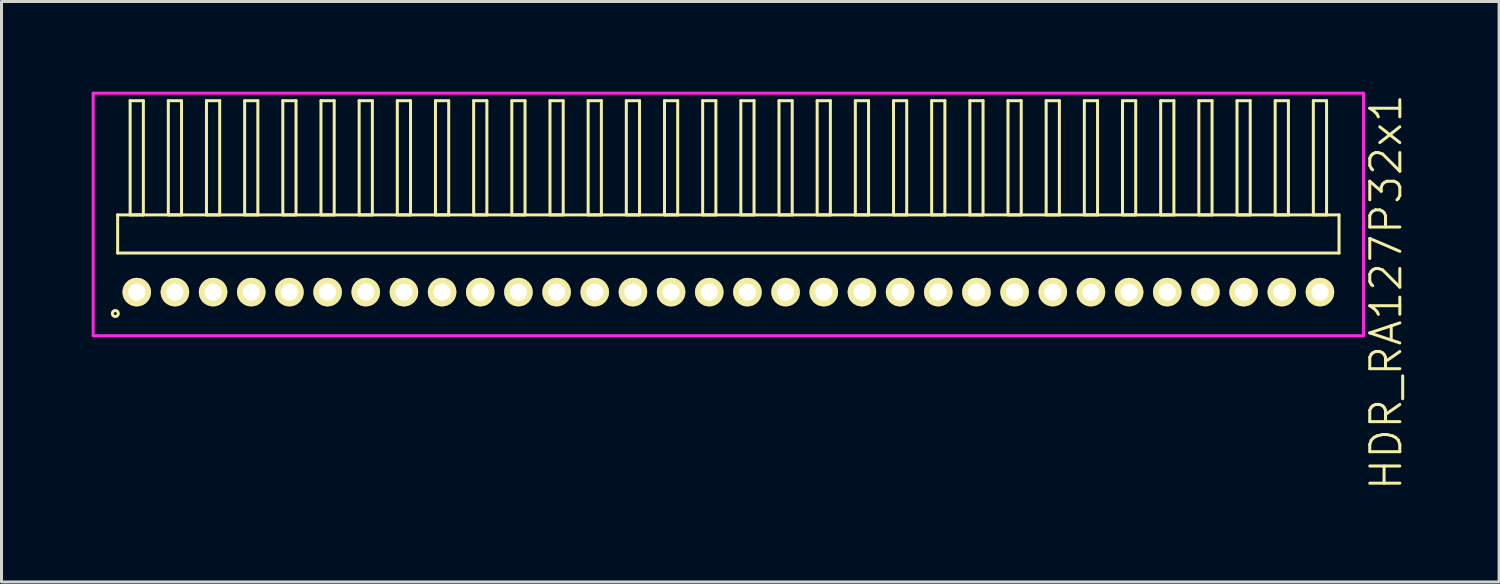
<source format=kicad_pcb>
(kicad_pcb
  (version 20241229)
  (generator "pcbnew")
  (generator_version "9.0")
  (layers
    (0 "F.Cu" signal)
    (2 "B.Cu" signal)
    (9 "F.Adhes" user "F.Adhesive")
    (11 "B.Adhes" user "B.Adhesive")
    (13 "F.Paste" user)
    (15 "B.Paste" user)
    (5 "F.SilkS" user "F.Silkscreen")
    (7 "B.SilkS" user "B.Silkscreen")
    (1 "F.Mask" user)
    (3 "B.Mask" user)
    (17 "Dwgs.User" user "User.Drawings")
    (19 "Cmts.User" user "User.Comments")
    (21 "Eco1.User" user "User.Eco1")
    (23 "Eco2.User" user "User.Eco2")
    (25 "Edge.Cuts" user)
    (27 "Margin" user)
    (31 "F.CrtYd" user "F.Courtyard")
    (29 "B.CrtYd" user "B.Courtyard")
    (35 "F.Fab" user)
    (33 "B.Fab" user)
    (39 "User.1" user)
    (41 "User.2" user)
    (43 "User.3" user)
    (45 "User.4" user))
  (footprint "HDR_RA127P32x1"
    (layer "F.Cu")
    (at 21.185 6.67)
    (property "Reference" "HDR_RA127P32x1" (at 21.885 0 90) (layer "F.SilkS") (effects (font (size 1 1) (thickness 0.1))))
    (attr through_hole)
    (fp_line (start -20.32 -2.57) (end -20.32 -1.3) (stroke (width 0.1) (type solid)) (layer "F.SilkS"))
    (fp_line (start -20.32 -1.3) (end 20.32 -1.3) (stroke (width 0.1) (type solid)) (layer "F.SilkS"))
    (fp_line (start -19.905 -6.37) (end -19.905 -2.57) (stroke (width 0.1) (type solid)) (layer "F.SilkS"))
    (fp_line (start -19.905 -2.57) (end -19.465 -2.57) (stroke (width 0.1) (type solid)) (layer "F.SilkS"))
    (fp_line (start -19.465 -6.37) (end -19.905 -6.37) (stroke (width 0.1) (type solid)) (layer "F.SilkS"))
    (fp_line (start -19.465 -2.57) (end -19.465 -6.37) (stroke (width 0.1) (type solid)) (layer "F.SilkS"))
    (fp_line (start -18.635 -6.37) (end -18.635 -2.57) (stroke (width 0.1) (type solid)) (layer "F.SilkS"))
    (fp_line (start -18.635 -2.57) (end -18.195 -2.57) (stroke (width 0.1) (type solid)) (layer "F.SilkS"))
    (fp_line (start -18.195 -6.37) (end -18.635 -6.37) (stroke (width 0.1) (type solid)) (layer "F.SilkS"))
    (fp_line (start -18.195 -2.57) (end -18.195 -6.37) (stroke (width 0.1) (type solid)) (layer "F.SilkS"))
    (fp_line (start -17.365 -6.37) (end -17.365 -2.57) (stroke (width 0.1) (type solid)) (layer "F.SilkS"))
    (fp_line (start -17.365 -2.57) (end -16.925 -2.57) (stroke (width 0.1) (type solid)) (layer "F.SilkS"))
    (fp_line (start -16.925 -6.37) (end -17.365 -6.37) (stroke (width 0.1) (type solid)) (layer "F.SilkS"))
    (fp_line (start -16.925 -2.57) (end -16.925 -6.37) (stroke (width 0.1) (type solid)) (layer "F.SilkS"))
    (fp_line (start -16.095 -6.37) (end -16.095 -2.57) (stroke (width 0.1) (type solid)) (layer "F.SilkS"))
    (fp_line (start -16.095 -2.57) (end -15.655 -2.57) (stroke (width 0.1) (type solid)) (layer "F.SilkS"))
    (fp_line (start -15.655 -6.37) (end -16.095 -6.37) (stroke (width 0.1) (type solid)) (layer "F.SilkS"))
    (fp_line (start -15.655 -2.57) (end -15.655 -6.37) (stroke (width 0.1) (type solid)) (layer "F.SilkS"))
    (fp_line (start -14.825 -6.37) (end -14.825 -2.57) (stroke (width 0.1) (type solid)) (layer "F.SilkS"))
    (fp_line (start -14.825 -2.57) (end -14.385 -2.57) (stroke (width 0.1) (type solid)) (layer "F.SilkS"))
    (fp_line (start -14.385 -6.37) (end -14.825 -6.37) (stroke (width 0.1) (type solid)) (layer "F.SilkS"))
    (fp_line (start -14.385 -2.57) (end -14.385 -6.37) (stroke (width 0.1) (type solid)) (layer "F.SilkS"))
    (fp_line (start -13.555 -6.37) (end -13.555 -2.57) (stroke (width 0.1) (type solid)) (layer "F.SilkS"))
    (fp_line (start -13.555 -2.57) (end -13.115 -2.57) (stroke (width 0.1) (type solid)) (layer "F.SilkS"))
    (fp_line (start -13.115 -6.37) (end -13.555 -6.37) (stroke (width 0.1) (type solid)) (layer "F.SilkS"))
    (fp_line (start -13.115 -2.57) (end -13.115 -6.37) (stroke (width 0.1) (type solid)) (layer "F.SilkS"))
    (fp_line (start -12.285 -6.37) (end -12.285 -2.57) (stroke (width 0.1) (type solid)) (layer "F.SilkS"))
    (fp_line (start -12.285 -2.57) (end -11.845 -2.57) (stroke (width 0.1) (type solid)) (layer "F.SilkS"))
    (fp_line (start -11.845 -6.37) (end -12.285 -6.37) (stroke (width 0.1) (type solid)) (layer "F.SilkS"))
    (fp_line (start -11.845 -2.57) (end -11.845 -6.37) (stroke (width 0.1) (type solid)) (layer "F.SilkS"))
    (fp_line (start -11.015 -6.37) (end -11.015 -2.57) (stroke (width 0.1) (type solid)) (layer "F.SilkS"))
    (fp_line (start -11.015 -2.57) (end -10.575 -2.57) (stroke (width 0.1) (type solid)) (layer "F.SilkS"))
    (fp_line (start -10.575 -6.37) (end -11.015 -6.37) (stroke (width 0.1) (type solid)) (layer "F.SilkS"))
    (fp_line (start -10.575 -2.57) (end -10.575 -6.37) (stroke (width 0.1) (type solid)) (layer "F.SilkS"))
    (fp_line (start -9.745 -6.37) (end -9.745 -2.57) (stroke (width 0.1) (type solid)) (layer "F.SilkS"))
    (fp_line (start -9.745 -2.57) (end -9.305 -2.57) (stroke (width 0.1) (type solid)) (layer "F.SilkS"))
    (fp_line (start -9.305 -6.37) (end -9.745 -6.37) (stroke (width 0.1) (type solid)) (layer "F.SilkS"))
    (fp_line (start -9.305 -2.57) (end -9.305 -6.37) (stroke (width 0.1) (type solid)) (layer "F.SilkS"))
    (fp_line (start -8.475 -6.37) (end -8.475 -2.57) (stroke (width 0.1) (type solid)) (layer "F.SilkS"))
    (fp_line (start -8.475 -2.57) (end -8.035 -2.57) (stroke (width 0.1) (type solid)) (layer "F.SilkS"))
    (fp_line (start -8.035 -6.37) (end -8.475 -6.37) (stroke (width 0.1) (type solid)) (layer "F.SilkS"))
    (fp_line (start -8.035 -2.57) (end -8.035 -6.37) (stroke (width 0.1) (type solid)) (layer "F.SilkS"))
    (fp_line (start -7.205 -6.37) (end -7.205 -2.57) (stroke (width 0.1) (type solid)) (layer "F.SilkS"))
    (fp_line (start -7.205 -2.57) (end -6.765 -2.57) (stroke (width 0.1) (type solid)) (layer "F.SilkS"))
    (fp_line (start -6.765 -6.37) (end -7.205 -6.37) (stroke (width 0.1) (type solid)) (layer "F.SilkS"))
    (fp_line (start -6.765 -2.57) (end -6.765 -6.37) (stroke (width 0.1) (type solid)) (layer "F.SilkS"))
    (fp_line (start -5.935 -6.37) (end -5.935 -2.57) (stroke (width 0.1) (type solid)) (layer "F.SilkS"))
    (fp_line (start -5.935 -2.57) (end -5.495 -2.57) (stroke (width 0.1) (type solid)) (layer "F.SilkS"))
    (fp_line (start -5.495 -6.37) (end -5.935 -6.37) (stroke (width 0.1) (type solid)) (layer "F.SilkS"))
    (fp_line (start -5.495 -2.57) (end -5.495 -6.37) (stroke (width 0.1) (type solid)) (layer "F.SilkS"))
    (fp_line (start -4.665 -6.37) (end -4.665 -2.57) (stroke (width 0.1) (type solid)) (layer "F.SilkS"))
    (fp_line (start -4.665 -2.57) (end -4.225 -2.57) (stroke (width 0.1) (type solid)) (layer "F.SilkS"))
    (fp_line (start -4.225 -6.37) (end -4.665 -6.37) (stroke (width 0.1) (type solid)) (layer "F.SilkS"))
    (fp_line (start -4.225 -2.57) (end -4.225 -6.37) (stroke (width 0.1) (type solid)) (layer "F.SilkS"))
    (fp_line (start -3.395 -6.37) (end -3.395 -2.57) (stroke (width 0.1) (type solid)) (layer "F.SilkS"))
    (fp_line (start -3.395 -2.57) (end -2.955 -2.57) (stroke (width 0.1) (type solid)) (layer "F.SilkS"))
    (fp_line (start -2.955 -6.37) (end -3.395 -6.37) (stroke (width 0.1) (type solid)) (layer "F.SilkS"))
    (fp_line (start -2.955 -2.57) (end -2.955 -6.37) (stroke (width 0.1) (type solid)) (layer "F.SilkS"))
    (fp_line (start -2.125 -6.37) (end -2.125 -2.57) (stroke (width 0.1) (type solid)) (layer "F.SilkS"))
    (fp_line (start -2.125 -2.57) (end -1.685 -2.57) (stroke (width 0.1) (type solid)) (layer "F.SilkS"))
    (fp_line (start -1.685 -6.37) (end -2.125 -6.37) (stroke (width 0.1) (type solid)) (layer "F.SilkS"))
    (fp_line (start -1.685 -2.57) (end -1.685 -6.37) (stroke (width 0.1) (type solid)) (layer "F.SilkS"))
    (fp_line (start -0.855 -6.37) (end -0.855 -2.57) (stroke (width 0.1) (type solid)) (layer "F.SilkS"))
    (fp_line (start -0.855 -2.57) (end -0.415 -2.57) (stroke (width 0.1) (type solid)) (layer "F.SilkS"))
    (fp_line (start -0.415 -6.37) (end -0.855 -6.37) (stroke (width 0.1) (type solid)) (layer "F.SilkS"))
    (fp_line (start -0.415 -2.57) (end -0.415 -6.37) (stroke (width 0.1) (type solid)) (layer "F.SilkS"))
    (fp_line (start 0.415 -6.37) (end 0.415 -2.57) (stroke (width 0.1) (type solid)) (layer "F.SilkS"))
    (fp_line (start 0.415 -2.57) (end 0.855 -2.57) (stroke (width 0.1) (type solid)) (layer "F.SilkS"))
    (fp_line (start 0.855 -6.37) (end 0.415 -6.37) (stroke (width 0.1) (type solid)) (layer "F.SilkS"))
    (fp_line (start 0.855 -2.57) (end 0.855 -6.37) (stroke (width 0.1) (type solid)) (layer "F.SilkS"))
    (fp_line (start 1.685 -6.37) (end 1.685 -2.57) (stroke (width 0.1) (type solid)) (layer "F.SilkS"))
    (fp_line (start 1.685 -2.57) (end 2.125 -2.57) (stroke (width 0.1) (type solid)) (layer "F.SilkS"))
    (fp_line (start 2.125 -6.37) (end 1.685 -6.37) (stroke (width 0.1) (type solid)) (layer "F.SilkS"))
    (fp_line (start 2.125 -2.57) (end 2.125 -6.37) (stroke (width 0.1) (type solid)) (layer "F.SilkS"))
    (fp_line (start 2.955 -6.37) (end 2.955 -2.57) (stroke (width 0.1) (type solid)) (layer "F.SilkS"))
    (fp_line (start 2.955 -2.57) (end 3.395 -2.57) (stroke (width 0.1) (type solid)) (layer "F.SilkS"))
    (fp_line (start 3.395 -6.37) (end 2.955 -6.37) (stroke (width 0.1) (type solid)) (layer "F.SilkS"))
    (fp_line (start 3.395 -2.57) (end 3.395 -6.37) (stroke (width 0.1) (type solid)) (layer "F.SilkS"))
    (fp_line (start 4.225 -6.37) (end 4.225 -2.57) (stroke (width 0.1) (type solid)) (layer "F.SilkS"))
    (fp_line (start 4.225 -2.57) (end 4.665 -2.57) (stroke (width 0.1) (type solid)) (layer "F.SilkS"))
    (fp_line (start 4.665 -6.37) (end 4.225 -6.37) (stroke (width 0.1) (type solid)) (layer "F.SilkS"))
    (fp_line (start 4.665 -2.57) (end 4.665 -6.37) (stroke (width 0.1) (type solid)) (layer "F.SilkS"))
    (fp_line (start 5.495 -6.37) (end 5.495 -2.57) (stroke (width 0.1) (type solid)) (layer "F.SilkS"))
    (fp_line (start 5.495 -2.57) (end 5.935 -2.57) (stroke (width 0.1) (type solid)) (layer "F.SilkS"))
    (fp_line (start 5.935 -6.37) (end 5.495 -6.37) (stroke (width 0.1) (type solid)) (layer "F.SilkS"))
    (fp_line (start 5.935 -2.57) (end 5.935 -6.37) (stroke (width 0.1) (type solid)) (layer "F.SilkS"))
    (fp_line (start 6.765 -6.37) (end 6.765 -2.57) (stroke (width 0.1) (type solid)) (layer "F.SilkS"))
    (fp_line (start 6.765 -2.57) (end 7.205 -2.57) (stroke (width 0.1) (type solid)) (layer "F.SilkS"))
    (fp_line (start 7.205 -6.37) (end 6.765 -6.37) (stroke (width 0.1) (type solid)) (layer "F.SilkS"))
    (fp_line (start 7.205 -2.57) (end 7.205 -6.37) (stroke (width 0.1) (type solid)) (layer "F.SilkS"))
    (fp_line (start 8.035 -6.37) (end 8.035 -2.57) (stroke (width 0.1) (type solid)) (layer "F.SilkS"))
    (fp_line (start 8.035 -2.57) (end 8.475 -2.57) (stroke (width 0.1) (type solid)) (layer "F.SilkS"))
    (fp_line (start 8.475 -6.37) (end 8.035 -6.37) (stroke (width 0.1) (type solid)) (layer "F.SilkS"))
    (fp_line (start 8.475 -2.57) (end 8.475 -6.37) (stroke (width 0.1) (type solid)) (layer "F.SilkS"))
    (fp_line (start 9.305 -6.37) (end 9.305 -2.57) (stroke (width 0.1) (type solid)) (layer "F.SilkS"))
    (fp_line (start 9.305 -2.57) (end 9.745 -2.57) (stroke (width 0.1) (type solid)) (layer "F.SilkS"))
    (fp_line (start 9.745 -6.37) (end 9.305 -6.37) (stroke (width 0.1) (type solid)) (layer "F.SilkS"))
    (fp_line (start 9.745 -2.57) (end 9.745 -6.37) (stroke (width 0.1) (type solid)) (layer "F.SilkS"))
    (fp_line (start 10.575 -6.37) (end 10.575 -2.57) (stroke (width 0.1) (type solid)) (layer "F.SilkS"))
    (fp_line (start 10.575 -2.57) (end 11.015 -2.57) (stroke (width 0.1) (type solid)) (layer "F.SilkS"))
    (fp_line (start 11.015 -6.37) (end 10.575 -6.37) (stroke (width 0.1) (type solid)) (layer "F.SilkS"))
    (fp_line (start 11.015 -2.57) (end 11.015 -6.37) (stroke (width 0.1) (type solid)) (layer "F.SilkS"))
    (fp_line (start 11.845 -6.37) (end 11.845 -2.57) (stroke (width 0.1) (type solid)) (layer "F.SilkS"))
    (fp_line (start 11.845 -2.57) (end 12.285 -2.57) (stroke (width 0.1) (type solid)) (layer "F.SilkS"))
    (fp_line (start 12.285 -6.37) (end 11.845 -6.37) (stroke (width 0.1) (type solid)) (layer "F.SilkS"))
    (fp_line (start 12.285 -2.57) (end 12.285 -6.37) (stroke (width 0.1) (type solid)) (layer "F.SilkS"))
    (fp_line (start 13.115 -6.37) (end 13.115 -2.57) (stroke (width 0.1) (type solid)) (layer "F.SilkS"))
    (fp_line (start 13.115 -2.57) (end 13.555 -2.57) (stroke (width 0.1) (type solid)) (layer "F.SilkS"))
    (fp_line (start 13.555 -6.37) (end 13.115 -6.37) (stroke (width 0.1) (type solid)) (layer "F.SilkS"))
    (fp_line (start 13.555 -2.57) (end 13.555 -6.37) (stroke (width 0.1) (type solid)) (layer "F.SilkS"))
    (fp_line (start 14.385 -6.37) (end 14.385 -2.57) (stroke (width 0.1) (type solid)) (layer "F.SilkS"))
    (fp_line (start 14.385 -2.57) (end 14.825 -2.57) (stroke (width 0.1) (type solid)) (layer "F.SilkS"))
    (fp_line (start 14.825 -6.37) (end 14.385 -6.37) (stroke (width 0.1) (type solid)) (layer "F.SilkS"))
    (fp_line (start 14.825 -2.57) (end 14.825 -6.37) (stroke (width 0.1) (type solid)) (layer "F.SilkS"))
    (fp_line (start 15.655 -6.37) (end 15.655 -2.57) (stroke (width 0.1) (type solid)) (layer "F.SilkS"))
    (fp_line (start 15.655 -2.57) (end 16.095 -2.57) (stroke (width 0.1) (type solid)) (layer "F.SilkS"))
    (fp_line (start 16.095 -6.37) (end 15.655 -6.37) (stroke (width 0.1) (type solid)) (layer "F.SilkS"))
    (fp_line (start 16.095 -2.57) (end 16.095 -6.37) (stroke (width 0.1) (type solid)) (layer "F.SilkS"))
    (fp_line (start 16.925 -6.37) (end 16.925 -2.57) (stroke (width 0.1) (type solid)) (layer "F.SilkS"))
    (fp_line (start 16.925 -2.57) (end 17.365 -2.57) (stroke (width 0.1) (type solid)) (layer "F.SilkS"))
    (fp_line (start 17.365 -6.37) (end 16.925 -6.37) (stroke (width 0.1) (type solid)) (layer "F.SilkS"))
    (fp_line (start 17.365 -2.57) (end 17.365 -6.37) (stroke (width 0.1) (type solid)) (layer "F.SilkS"))
    (fp_line (start 18.195 -6.37) (end 18.195 -2.57) (stroke (width 0.1) (type solid)) (layer "F.SilkS"))
    (fp_line (start 18.195 -2.57) (end 18.635 -2.57) (stroke (width 0.1) (type solid)) (layer "F.SilkS"))
    (fp_line (start 18.635 -6.37) (end 18.195 -6.37) (stroke (width 0.1) (type solid)) (layer "F.SilkS"))
    (fp_line (start 18.635 -2.57) (end 18.635 -6.37) (stroke (width 0.1) (type solid)) (layer "F.SilkS"))
    (fp_line (start 19.465 -6.37) (end 19.465 -2.57) (stroke (width 0.1) (type solid)) (layer "F.SilkS"))
    (fp_line (start 19.465 -2.57) (end 19.905 -2.57) (stroke (width 0.1) (type solid)) (layer "F.SilkS"))
    (fp_line (start 19.905 -6.37) (end 19.465 -6.37) (stroke (width 0.1) (type solid)) (layer "F.SilkS"))
    (fp_line (start 19.905 -2.57) (end 19.905 -6.37) (stroke (width 0.1) (type solid)) (layer "F.SilkS"))
    (fp_line (start 20.32 -2.57) (end -20.32 -2.57) (stroke (width 0.1) (type solid)) (layer "F.SilkS"))
    (fp_line (start 20.32 -1.3) (end 20.32 -2.57) (stroke (width 0.1) (type solid)) (layer "F.SilkS"))
    (fp_circle (center -20.398 0.712) (end -20.298 0.712) (stroke (width 0.1) (type solid)) (fill no) (layer "F.SilkS"))
    (fp_line (start -21.135 -6.62) (end -21.135 1.45) (stroke (width 0.1) (type solid)) (layer "F.CrtYd"))
    (fp_line (start -21.135 1.45) (end 21.135 1.45) (stroke (width 0.1) (type solid)) (layer "F.CrtYd"))
    (fp_line (start 21.135 -6.62) (end -21.135 -6.62) (stroke (width 0.1) (type solid)) (layer "F.CrtYd"))
    (fp_line (start 21.135 1.45) (end 21.135 -6.62) (stroke (width 0.1) (type solid)) (layer "F.CrtYd"))
    (pad "1" thru_hole oval (at -19.685 0) (size 0.95 0.95) (drill 0.57) (layers "*.Cu" "*.Mask" "F.SilkS"))
    (pad "2" thru_hole oval (at -18.415 0) (size 0.95 0.95) (drill 0.57) (layers "*.Cu" "*.Mask" "F.SilkS"))
    (pad "3" thru_hole oval (at -17.145 0) (size 0.95 0.95) (drill 0.57) (layers "*.Cu" "*.Mask" "F.SilkS"))
    (pad "4" thru_hole oval (at -15.875 0) (size 0.95 0.95) (drill 0.57) (layers "*.Cu" "*.Mask" "F.SilkS"))
    (pad "5" thru_hole oval (at -14.605 0) (size 0.95 0.95) (drill 0.57) (layers "*.Cu" "*.Mask" "F.SilkS"))
    (pad "6" thru_hole oval (at -13.335 0) (size 0.95 0.95) (drill 0.57) (layers "*.Cu" "*.Mask" "F.SilkS"))
    (pad "7" thru_hole oval (at -12.065 0) (size 0.95 0.95) (drill 0.57) (layers "*.Cu" "*.Mask" "F.SilkS"))
    (pad "8" thru_hole oval (at -10.795 0) (size 0.95 0.95) (drill 0.57) (layers "*.Cu" "*.Mask" "F.SilkS"))
    (pad "9" thru_hole oval (at -9.525 0) (size 0.95 0.95) (drill 0.57) (layers "*.Cu" "*.Mask" "F.SilkS"))
    (pad "10" thru_hole oval (at -8.255 0) (size 0.95 0.95) (drill 0.57) (layers "*.Cu" "*.Mask" "F.SilkS"))
    (pad "11" thru_hole oval (at -6.985 0) (size 0.95 0.95) (drill 0.57) (layers "*.Cu" "*.Mask" "F.SilkS"))
    (pad "12" thru_hole oval (at -5.715 0) (size 0.95 0.95) (drill 0.57) (layers "*.Cu" "*.Mask" "F.SilkS"))
    (pad "13" thru_hole oval (at -4.445 0) (size 0.95 0.95) (drill 0.57) (layers "*.Cu" "*.Mask" "F.SilkS"))
    (pad "14" thru_hole oval (at -3.175 0) (size 0.95 0.95) (drill 0.57) (layers "*.Cu" "*.Mask" "F.SilkS"))
    (pad "15" thru_hole oval (at -1.905 0) (size 0.95 0.95) (drill 0.57) (layers "*.Cu" "*.Mask" "F.SilkS"))
    (pad "16" thru_hole oval (at -0.635 0) (size 0.95 0.95) (drill 0.57) (layers "*.Cu" "*.Mask" "F.SilkS"))
    (pad "17" thru_hole oval (at 0.635 0) (size 0.95 0.95) (drill 0.57) (layers "*.Cu" "*.Mask" "F.SilkS"))
    (pad "18" thru_hole oval (at 1.905 0) (size 0.95 0.95) (drill 0.57) (layers "*.Cu" "*.Mask" "F.SilkS"))
    (pad "19" thru_hole oval (at 3.175 0) (size 0.95 0.95) (drill 0.57) (layers "*.Cu" "*.Mask" "F.SilkS"))
    (pad "20" thru_hole oval (at 4.445 0) (size 0.95 0.95) (drill 0.57) (layers "*.Cu" "*.Mask" "F.SilkS"))
    (pad "21" thru_hole oval (at 5.715 0) (size 0.95 0.95) (drill 0.57) (layers "*.Cu" "*.Mask" "F.SilkS"))
    (pad "22" thru_hole oval (at 6.985 0) (size 0.95 0.95) (drill 0.57) (layers "*.Cu" "*.Mask" "F.SilkS"))
    (pad "23" thru_hole oval (at 8.255 0) (size 0.95 0.95) (drill 0.57) (layers "*.Cu" "*.Mask" "F.SilkS"))
    (pad "24" thru_hole oval (at 9.525 0) (size 0.95 0.95) (drill 0.57) (layers "*.Cu" "*.Mask" "F.SilkS"))
    (pad "25" thru_hole oval (at 10.795 0) (size 0.95 0.95) (drill 0.57) (layers "*.Cu" "*.Mask" "F.SilkS"))
    (pad "26" thru_hole oval (at 12.065 0) (size 0.95 0.95) (drill 0.57) (layers "*.Cu" "*.Mask" "F.SilkS"))
    (pad "27" thru_hole oval (at 13.335 0) (size 0.95 0.95) (drill 0.57) (layers "*.Cu" "*.Mask" "F.SilkS"))
    (pad "28" thru_hole oval (at 14.605 0) (size 0.95 0.95) (drill 0.57) (layers "*.Cu" "*.Mask" "F.SilkS"))
    (pad "29" thru_hole oval (at 15.875 0) (size 0.95 0.95) (drill 0.57) (layers "*.Cu" "*.Mask" "F.SilkS"))
    (pad "30" thru_hole oval (at 17.145 0) (size 0.95 0.95) (drill 0.57) (layers "*.Cu" "*.Mask" "F.SilkS"))
    (pad "31" thru_hole oval (at 18.415 0) (size 0.95 0.95) (drill 0.57) (layers "*.Cu" "*.Mask" "F.SilkS"))
    (pad "32" thru_hole oval (at 19.685 0) (size 0.95 0.95) (drill 0.57) (layers "*.Cu" "*.Mask" "F.SilkS")))
  (gr_rect
    (start -3 -3)
    (end 46.831 16.315)
    (stroke (width 0.1) (type default))
    (fill no)
    (layer "Edge.Cuts")))
</source>
